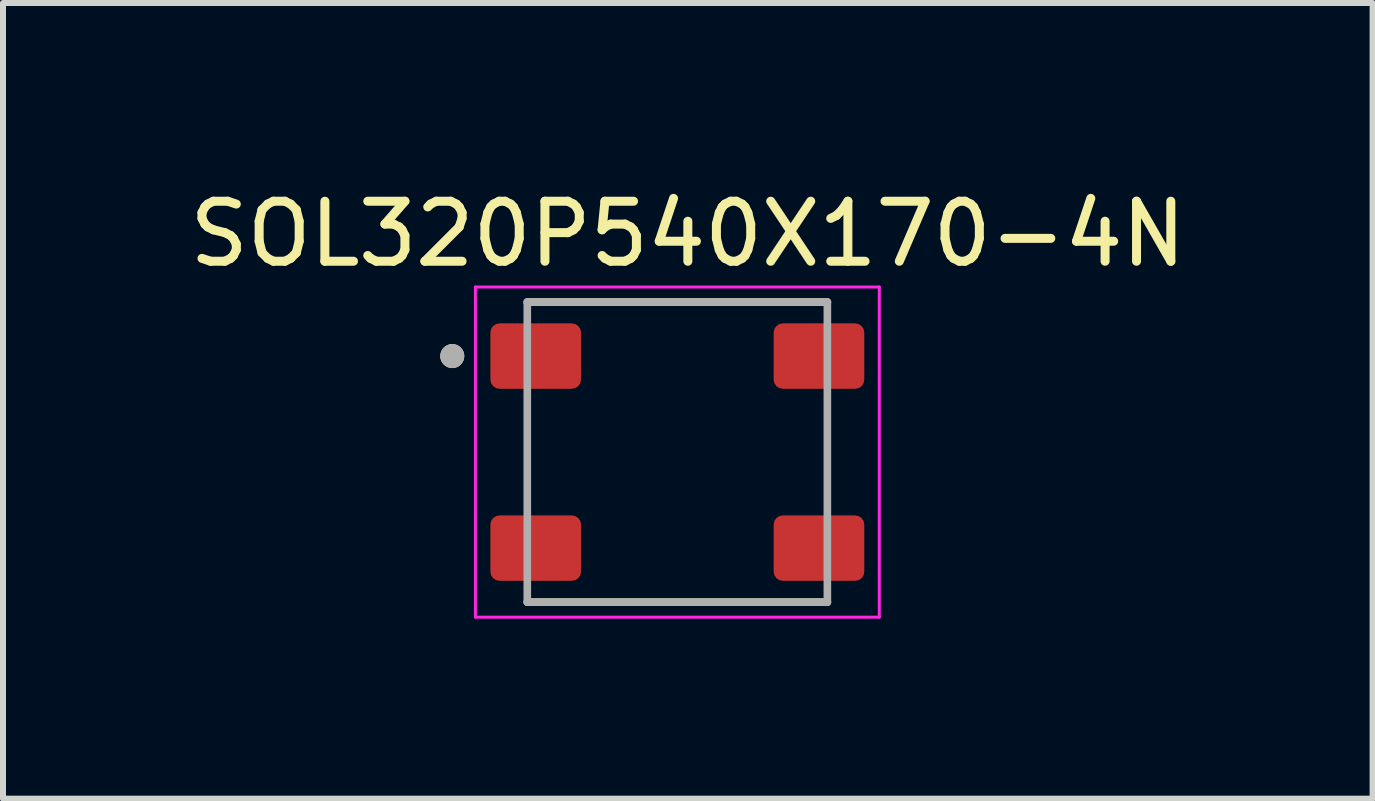
<source format=kicad_pcb>
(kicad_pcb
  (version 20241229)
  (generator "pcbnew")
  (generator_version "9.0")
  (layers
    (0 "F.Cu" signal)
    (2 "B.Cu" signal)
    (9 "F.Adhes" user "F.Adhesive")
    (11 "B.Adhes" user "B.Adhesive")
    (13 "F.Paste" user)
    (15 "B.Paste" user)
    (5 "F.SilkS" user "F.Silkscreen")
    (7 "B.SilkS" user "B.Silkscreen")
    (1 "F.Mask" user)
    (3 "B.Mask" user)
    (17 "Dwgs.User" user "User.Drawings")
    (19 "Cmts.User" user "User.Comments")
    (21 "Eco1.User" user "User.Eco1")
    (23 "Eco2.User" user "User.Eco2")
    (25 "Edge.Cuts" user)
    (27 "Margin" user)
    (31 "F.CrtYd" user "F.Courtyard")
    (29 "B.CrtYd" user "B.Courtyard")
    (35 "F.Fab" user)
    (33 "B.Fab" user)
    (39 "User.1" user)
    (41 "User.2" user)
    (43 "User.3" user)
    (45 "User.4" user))
  (footprint "SOL320P540X170-4N"
    (layer "F.Cu")
    (at 8.236 4.483)
    (property "Reference" "SOL320P540X170-4N" (at 0.175 -3.635 0) (layer "F.SilkS") (effects (font (size 1 1) (thickness 0.15))))
    (attr smd)
    (fp_line (start -2.5 2.5) (end 2.5 2.5) (stroke (width 0.127) (type solid)) (layer "F.SilkS"))
    (fp_line (start 2.5 -2.5) (end -2.5 -2.5) (stroke (width 0.127) (type solid)) (layer "F.SilkS"))
    (fp_circle (center -3.75 -1.6) (end -3.65 -1.6) (stroke (width 0.2) (type solid)) (fill no) (layer "F.SilkS"))
    (fp_line (start -3.365 -2.75) (end 3.365 -2.75) (stroke (width 0.05) (type solid)) (layer "F.CrtYd"))
    (fp_line (start -3.365 2.75) (end -3.365 -2.75) (stroke (width 0.05) (type solid)) (layer "F.CrtYd"))
    (fp_line (start 3.365 -2.75) (end 3.365 2.75) (stroke (width 0.05) (type solid)) (layer "F.CrtYd"))
    (fp_line (start 3.365 2.75) (end -3.365 2.75) (stroke (width 0.05) (type solid)) (layer "F.CrtYd"))
    (fp_line (start -2.5 -2.5) (end -2.5 2.5) (stroke (width 0.127) (type solid)) (layer "F.Fab"))
    (fp_line (start -2.5 2.5) (end 2.5 2.5) (stroke (width 0.127) (type solid)) (layer "F.Fab"))
    (fp_line (start 2.5 -2.5) (end -2.5 -2.5) (stroke (width 0.127) (type solid)) (layer "F.Fab"))
    (fp_line (start 2.5 2.5) (end 2.5 -2.5) (stroke (width 0.127) (type solid)) (layer "F.Fab"))
    (fp_circle (center -3.75 -1.6) (end -3.65 -1.6) (stroke (width 0.2) (type solid)) (fill no) (layer "F.Fab"))
    (pad "1" smd roundrect (at -2.36 -1.6) (size 1.51 1.09) (layers "F.Cu" "F.Mask" "F.Paste") (roundrect_rratio 0.14))
    (pad "2" smd roundrect (at -2.36 1.6) (size 1.51 1.09) (layers "F.Cu" "F.Mask" "F.Paste") (roundrect_rratio 0.14))
    (pad "3" smd roundrect (at 2.36 1.6) (size 1.51 1.09) (layers "F.Cu" "F.Mask" "F.Paste") (roundrect_rratio 0.14))
    (pad "4" smd roundrect (at 2.36 -1.6) (size 1.51 1.09) (layers "F.Cu" "F.Mask" "F.Paste") (roundrect_rratio 0.14)))
  (gr_rect
    (start -3 -3)
    (end 19.821 10.258)
    (stroke (width 0.1) (type default))
    (fill no)
    (layer "Edge.Cuts")))
</source>
